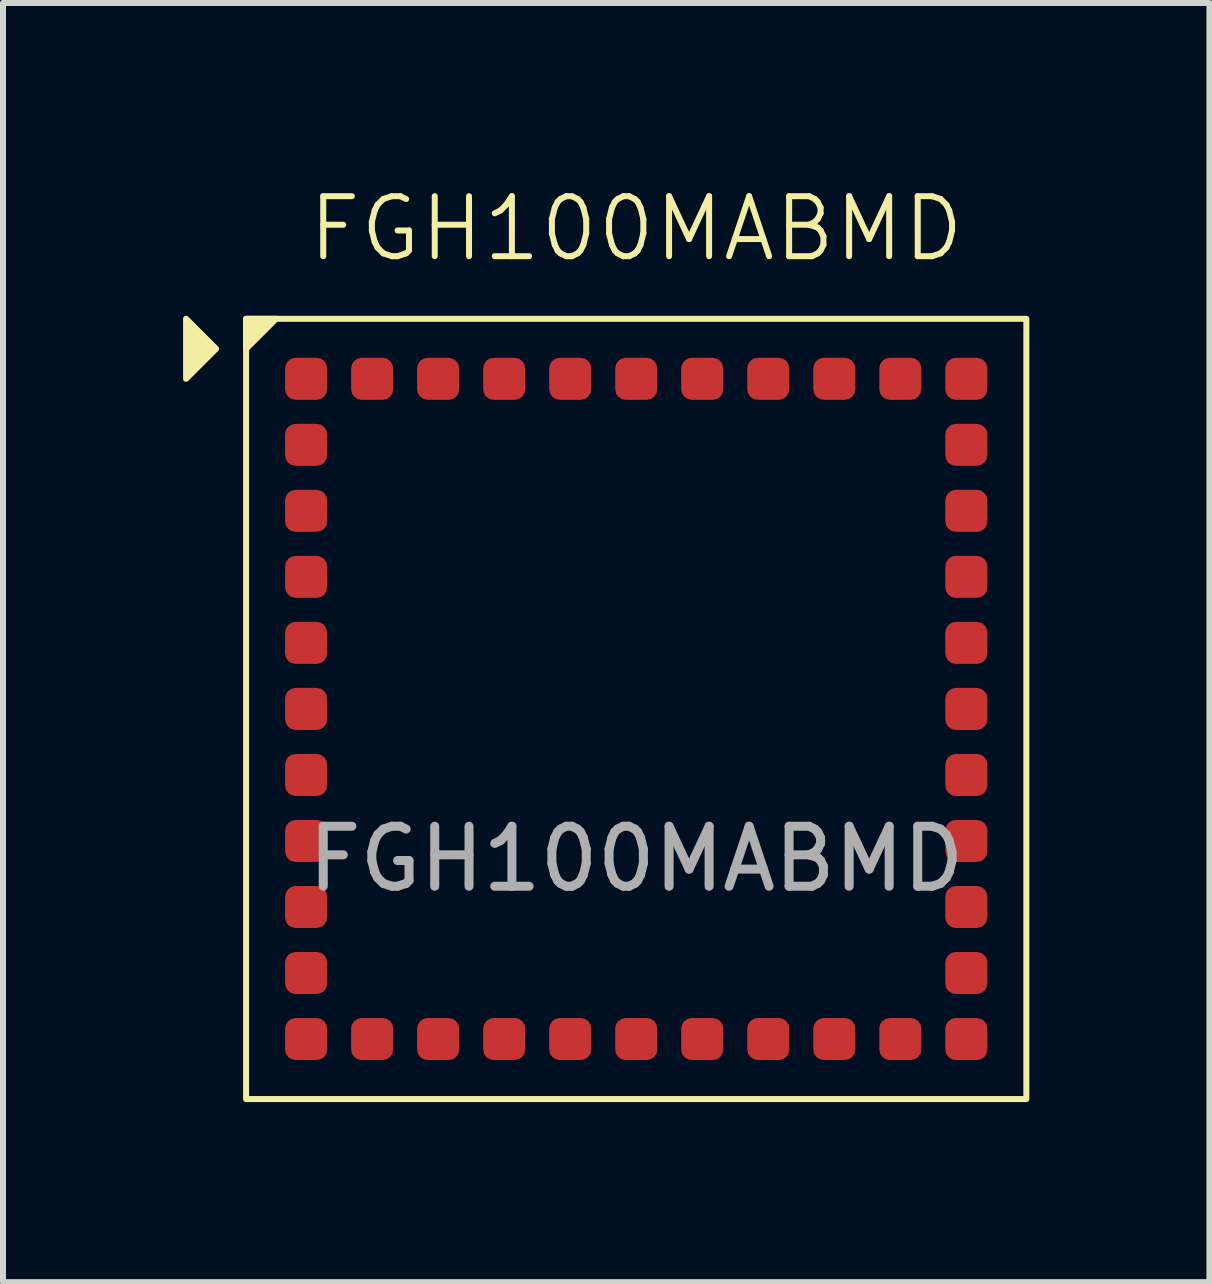
<source format=kicad_pcb>
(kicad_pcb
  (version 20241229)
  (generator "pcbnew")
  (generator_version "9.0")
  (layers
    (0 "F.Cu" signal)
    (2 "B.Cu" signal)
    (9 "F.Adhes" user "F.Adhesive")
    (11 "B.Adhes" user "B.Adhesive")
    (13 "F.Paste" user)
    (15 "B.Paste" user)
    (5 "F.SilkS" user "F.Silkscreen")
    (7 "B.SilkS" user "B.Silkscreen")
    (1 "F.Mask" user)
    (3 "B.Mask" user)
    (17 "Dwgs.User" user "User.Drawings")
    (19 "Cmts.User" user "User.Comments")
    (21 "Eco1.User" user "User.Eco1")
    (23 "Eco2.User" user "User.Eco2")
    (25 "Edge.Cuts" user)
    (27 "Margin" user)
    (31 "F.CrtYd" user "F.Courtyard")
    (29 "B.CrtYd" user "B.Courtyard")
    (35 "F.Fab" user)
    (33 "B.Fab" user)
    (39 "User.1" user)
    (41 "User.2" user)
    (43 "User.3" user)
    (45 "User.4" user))
  (footprint "FGH100MABMD"
    (layer "F.Cu")
    (at 7.55 8.761)
    (property "Reference" "FGH100MABMD" (at 0 -8 0) (unlocked yes) (layer "F.SilkS") (effects (font (size 1 1) (thickness 0.1))))
    (attr smd)
    (fp_rect (start -6.5 -6.5) (end 6.5 6.5) (stroke (width 0.1) (type default)) (fill no) (layer "F.SilkS"))
    (fp_poly (pts (xy -7.5 -5.5) (xy -7 -6) (xy -7.5 -6.5)) (stroke (width 0.1) (type solid)) (fill yes) (layer "F.SilkS"))
    (fp_poly (pts (xy -6.5 -6) (xy -6 -6.5) (xy -6.5 -6.5)) (stroke (width 0.1) (type solid)) (fill yes) (layer "F.SilkS"))
    (fp_text user "${REFERENCE}" (at 0 2.5 0) (unlocked yes) (layer "F.Fab") (effects (font (size 1 1) (thickness 0.15))))
    (pad "1" smd roundrect (at -5.5 -5.5) (size 0.7 0.7) (layers "F.Cu" "F.Mask" "F.Paste") (roundrect_rratio 0.25))
    (pad "2" smd roundrect (at -5.5 -4.4 270) (size 0.7 0.7) (layers "F.Cu" "F.Mask" "F.Paste") (roundrect_rratio 0.25))
    (pad "3" smd roundrect (at -5.5 -3.3 270) (size 0.7 0.7) (layers "F.Cu" "F.Mask" "F.Paste") (roundrect_rratio 0.25))
    (pad "4" smd roundrect (at -5.5 -2.2 270) (size 0.7 0.7) (layers "F.Cu" "F.Mask" "F.Paste") (roundrect_rratio 0.25))
    (pad "5" smd roundrect (at -5.5 -1.1 270) (size 0.7 0.7) (layers "F.Cu" "F.Mask" "F.Paste") (roundrect_rratio 0.25))
    (pad "6" smd roundrect (at -5.5 0 270) (size 0.7 0.7) (layers "F.Cu" "F.Mask" "F.Paste") (roundrect_rratio 0.25))
    (pad "7" smd roundrect (at -5.5 1.1 270) (size 0.7 0.7) (layers "F.Cu" "F.Mask" "F.Paste") (roundrect_rratio 0.25))
    (pad "8" smd roundrect (at -5.5 2.2) (size 0.7 0.7) (layers "F.Cu" "F.Mask" "F.Paste") (roundrect_rratio 0.25))
    (pad "9" smd roundrect (at -5.5 3.3) (size 0.7 0.7) (layers "F.Cu" "F.Mask" "F.Paste") (roundrect_rratio 0.25))
    (pad "10" smd roundrect (at -5.5 4.4) (size 0.7 0.7) (layers "F.Cu" "F.Mask" "F.Paste") (roundrect_rratio 0.25))
    (pad "11" smd roundrect (at -5.5 5.5) (size 0.7 0.7) (layers "F.Cu" "F.Mask" "F.Paste") (roundrect_rratio 0.25))
    (pad "12" smd roundrect (at -4.4 5.5) (size 0.7 0.7) (layers "F.Cu" "F.Mask" "F.Paste") (roundrect_rratio 0.25))
    (pad "13" smd roundrect (at -3.3 5.5) (size 0.7 0.7) (layers "F.Cu" "F.Mask" "F.Paste") (roundrect_rratio 0.25))
    (pad "14" smd roundrect (at -2.2 5.5) (size 0.7 0.7) (layers "F.Cu" "F.Mask" "F.Paste") (roundrect_rratio 0.25))
    (pad "15" smd roundrect (at -1.1 5.5) (size 0.7 0.7) (layers "F.Cu" "F.Mask" "F.Paste") (roundrect_rratio 0.25))
    (pad "16" smd roundrect (at 0 5.5) (size 0.7 0.7) (layers "F.Cu" "F.Mask" "F.Paste") (roundrect_rratio 0.25))
    (pad "17" smd roundrect (at 1.1 5.5) (size 0.7 0.7) (layers "F.Cu" "F.Mask" "F.Paste") (roundrect_rratio 0.25))
    (pad "18" smd roundrect (at 2.2 5.5 90) (size 0.7 0.7) (layers "F.Cu" "F.Mask" "F.Paste") (roundrect_rratio 0.25))
    (pad "19" smd roundrect (at 3.3 5.5 90) (size 0.7 0.7) (layers "F.Cu" "F.Mask" "F.Paste") (roundrect_rratio 0.25))
    (pad "20" smd roundrect (at 4.4 5.5 90) (size 0.7 0.7) (layers "F.Cu" "F.Mask" "F.Paste") (roundrect_rratio 0.25))
    (pad "21" smd roundrect (at 5.5 5.5 90) (size 0.7 0.7) (layers "F.Cu" "F.Mask" "F.Paste") (roundrect_rratio 0.25))
    (pad "22" smd roundrect (at 5.5 4.4 90) (size 0.7 0.7) (layers "F.Cu" "F.Mask" "F.Paste") (roundrect_rratio 0.25))
    (pad "23" smd roundrect (at 5.5 3.3 90) (size 0.7 0.7) (layers "F.Cu" "F.Mask" "F.Paste") (roundrect_rratio 0.25))
    (pad "24" smd roundrect (at 5.5 2.2 90) (size 0.7 0.7) (layers "F.Cu" "F.Mask" "F.Paste") (roundrect_rratio 0.25))
    (pad "25" smd roundrect (at 5.5 1.1 90) (size 0.7 0.7) (layers "F.Cu" "F.Mask" "F.Paste") (roundrect_rratio 0.25))
    (pad "26" smd roundrect (at 5.5 0 90) (size 0.7 0.7) (layers "F.Cu" "F.Mask" "F.Paste") (roundrect_rratio 0.25))
    (pad "27" smd roundrect (at 5.5 -1.1 90) (size 0.7 0.7) (layers "F.Cu" "F.Mask" "F.Paste") (roundrect_rratio 0.25))
    (pad "28" smd roundrect (at 5.5 -2.2 180) (size 0.7 0.7) (layers "F.Cu" "F.Mask" "F.Paste") (roundrect_rratio 0.25))
    (pad "29" smd roundrect (at 5.5 -3.3 180) (size 0.7 0.7) (layers "F.Cu" "F.Mask" "F.Paste") (roundrect_rratio 0.25))
    (pad "30" smd roundrect (at 5.5 -4.4 180) (size 0.7 0.7) (layers "F.Cu" "F.Mask" "F.Paste") (roundrect_rratio 0.25))
    (pad "31" smd roundrect (at 5.5 -5.5 180) (size 0.7 0.7) (layers "F.Cu" "F.Mask" "F.Paste") (roundrect_rratio 0.25))
    (pad "32" smd roundrect (at 4.4 -5.5 180) (size 0.7 0.7) (layers "F.Cu" "F.Mask" "F.Paste") (roundrect_rratio 0.25))
    (pad "33" smd roundrect (at 3.3 -5.5 180) (size 0.7 0.7) (layers "F.Cu" "F.Mask" "F.Paste") (roundrect_rratio 0.25))
    (pad "34" smd roundrect (at 2.2 -5.5 180) (size 0.7 0.7) (layers "F.Cu" "F.Mask" "F.Paste") (roundrect_rratio 0.25))
    (pad "35" smd roundrect (at 1.1 -5.5 180) (size 0.7 0.7) (layers "F.Cu" "F.Mask" "F.Paste") (roundrect_rratio 0.25))
    (pad "36" smd roundrect (at 0 -5.5 180) (size 0.7 0.7) (layers "F.Cu" "F.Mask" "F.Paste") (roundrect_rratio 0.25))
    (pad "37" smd roundrect (at -1.1 -5.5 180) (size 0.7 0.7) (layers "F.Cu" "F.Mask" "F.Paste") (roundrect_rratio 0.25))
    (pad "38" smd roundrect (at -2.2 -5.5 270) (size 0.7 0.7) (layers "F.Cu" "F.Mask" "F.Paste") (roundrect_rratio 0.25))
    (pad "39" smd roundrect (at -3.3 -5.5 270) (size 0.7 0.7) (layers "F.Cu" "F.Mask" "F.Paste") (roundrect_rratio 0.25))
    (pad "40" smd roundrect (at -4.4 -5.5 270) (size 0.7 0.7) (layers "F.Cu" "F.Mask" "F.Paste") (roundrect_rratio 0.25)))
  (gr_rect
    (start -3 -3)
    (end 17.1 18.311)
    (stroke (width 0.1) (type default))
    (fill no)
    (layer "Edge.Cuts")))
</source>
